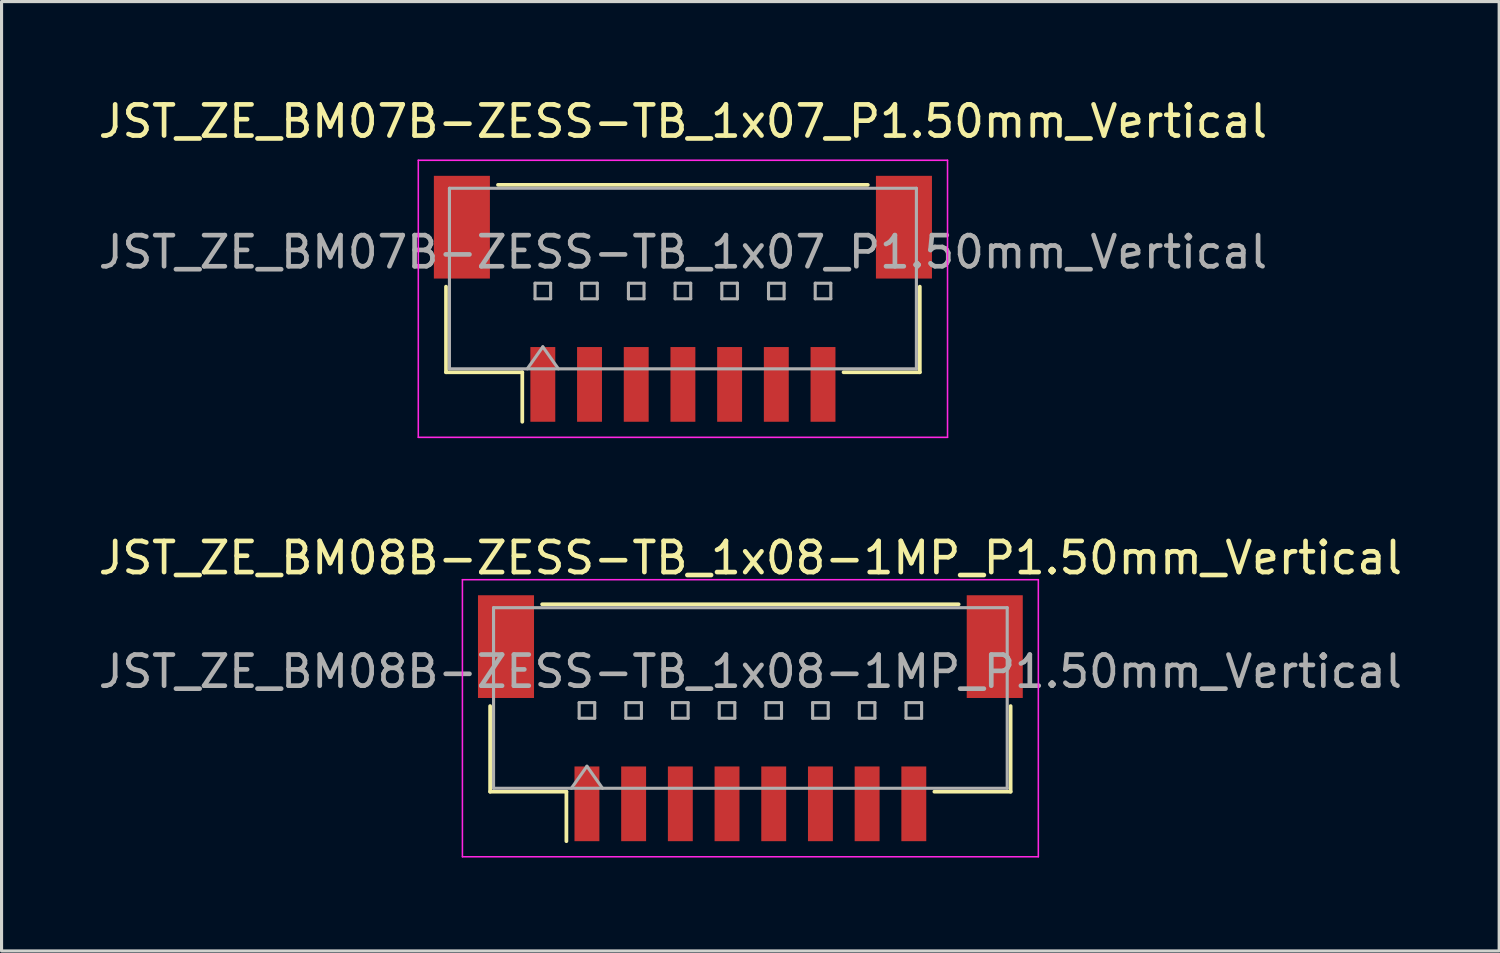
<source format=kicad_pcb>
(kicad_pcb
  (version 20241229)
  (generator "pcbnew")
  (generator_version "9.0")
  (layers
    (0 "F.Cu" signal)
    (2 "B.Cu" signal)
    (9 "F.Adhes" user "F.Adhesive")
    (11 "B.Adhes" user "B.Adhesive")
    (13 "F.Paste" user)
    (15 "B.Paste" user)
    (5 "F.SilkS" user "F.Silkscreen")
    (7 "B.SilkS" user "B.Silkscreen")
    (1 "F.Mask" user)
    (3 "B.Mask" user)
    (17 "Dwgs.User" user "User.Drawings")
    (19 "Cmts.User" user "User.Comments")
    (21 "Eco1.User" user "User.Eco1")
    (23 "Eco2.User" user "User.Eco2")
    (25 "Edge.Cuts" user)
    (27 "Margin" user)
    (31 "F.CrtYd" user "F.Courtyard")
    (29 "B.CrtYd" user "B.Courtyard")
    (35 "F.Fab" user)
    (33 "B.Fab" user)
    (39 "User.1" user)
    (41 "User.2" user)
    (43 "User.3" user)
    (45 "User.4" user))
  (footprint "JST_ZE_BM07B-ZESS-TB_1x07_P1.50mm_Vertical"
    (layer "F.Cu")
    (at 18.887 6.548)
    (property "Reference" "JST_ZE_BM07B-ZESS-TB_1x07_P1.50mm_Vertical" (at 0 -5.7 0) (layer "F.SilkS") (effects (font (size 1 1) (thickness 0.15))))
    (attr smd)
    (fp_line (start -7.61 -0.39) (end -7.61 2.36) (stroke (width 0.12) (type solid)) (layer "F.SilkS"))
    (fp_line (start -7.61 2.36) (end -5.16 2.36) (stroke (width 0.12) (type solid)) (layer "F.SilkS"))
    (fp_line (start -5.94 -3.66) (end 5.94 -3.66) (stroke (width 0.12) (type solid)) (layer "F.SilkS"))
    (fp_line (start -5.16 2.36) (end -5.16 3.95) (stroke (width 0.12) (type solid)) (layer "F.SilkS"))
    (fp_line (start 7.61 -0.39) (end 7.61 2.36) (stroke (width 0.12) (type solid)) (layer "F.SilkS"))
    (fp_line (start 7.61 2.36) (end 5.16 2.36) (stroke (width 0.12) (type solid)) (layer "F.SilkS"))
    (fp_line (start -8.5 -4.45) (end -8.5 4.45) (stroke (width 0.05) (type solid)) (layer "F.CrtYd"))
    (fp_line (start -8.5 4.45) (end 8.5 4.45) (stroke (width 0.05) (type solid)) (layer "F.CrtYd"))
    (fp_line (start 8.5 -4.45) (end -8.5 -4.45) (stroke (width 0.05) (type solid)) (layer "F.CrtYd"))
    (fp_line (start 8.5 4.45) (end 8.5 -4.45) (stroke (width 0.05) (type solid)) (layer "F.CrtYd"))
    (fp_line (start -7.5 -3.55) (end 7.5 -3.55) (stroke (width 0.1) (type solid)) (layer "F.Fab"))
    (fp_line (start -7.5 2.25) (end -7.5 -3.55) (stroke (width 0.1) (type solid)) (layer "F.Fab"))
    (fp_line (start -7.5 2.25) (end 7.5 2.25) (stroke (width 0.1) (type solid)) (layer "F.Fab"))
    (fp_line (start -5 2.25) (end -4.5 1.543) (stroke (width 0.1) (type solid)) (layer "F.Fab"))
    (fp_line (start -4.75 -0.5) (end -4.75 0) (stroke (width 0.1) (type solid)) (layer "F.Fab"))
    (fp_line (start -4.75 0) (end -4.25 0) (stroke (width 0.1) (type solid)) (layer "F.Fab"))
    (fp_line (start -4.5 1.543) (end -4 2.25) (stroke (width 0.1) (type solid)) (layer "F.Fab"))
    (fp_line (start -4.25 -0.5) (end -4.75 -0.5) (stroke (width 0.1) (type solid)) (layer "F.Fab"))
    (fp_line (start -4.25 0) (end -4.25 -0.5) (stroke (width 0.1) (type solid)) (layer "F.Fab"))
    (fp_line (start -3.25 -0.5) (end -3.25 0) (stroke (width 0.1) (type solid)) (layer "F.Fab"))
    (fp_line (start -3.25 0) (end -2.75 0) (stroke (width 0.1) (type solid)) (layer "F.Fab"))
    (fp_line (start -2.75 -0.5) (end -3.25 -0.5) (stroke (width 0.1) (type solid)) (layer "F.Fab"))
    (fp_line (start -2.75 0) (end -2.75 -0.5) (stroke (width 0.1) (type solid)) (layer "F.Fab"))
    (fp_line (start -1.75 -0.5) (end -1.75 0) (stroke (width 0.1) (type solid)) (layer "F.Fab"))
    (fp_line (start -1.75 0) (end -1.25 0) (stroke (width 0.1) (type solid)) (layer "F.Fab"))
    (fp_line (start -1.25 -0.5) (end -1.75 -0.5) (stroke (width 0.1) (type solid)) (layer "F.Fab"))
    (fp_line (start -1.25 0) (end -1.25 -0.5) (stroke (width 0.1) (type solid)) (layer "F.Fab"))
    (fp_line (start -0.25 -0.5) (end -0.25 0) (stroke (width 0.1) (type solid)) (layer "F.Fab"))
    (fp_line (start -0.25 0) (end 0.25 0) (stroke (width 0.1) (type solid)) (layer "F.Fab"))
    (fp_line (start 0.25 -0.5) (end -0.25 -0.5) (stroke (width 0.1) (type solid)) (layer "F.Fab"))
    (fp_line (start 0.25 0) (end 0.25 -0.5) (stroke (width 0.1) (type solid)) (layer "F.Fab"))
    (fp_line (start 1.25 -0.5) (end 1.25 0) (stroke (width 0.1) (type solid)) (layer "F.Fab"))
    (fp_line (start 1.25 0) (end 1.75 0) (stroke (width 0.1) (type solid)) (layer "F.Fab"))
    (fp_line (start 1.75 -0.5) (end 1.25 -0.5) (stroke (width 0.1) (type solid)) (layer "F.Fab"))
    (fp_line (start 1.75 0) (end 1.75 -0.5) (stroke (width 0.1) (type solid)) (layer "F.Fab"))
    (fp_line (start 2.75 -0.5) (end 2.75 0) (stroke (width 0.1) (type solid)) (layer "F.Fab"))
    (fp_line (start 2.75 0) (end 3.25 0) (stroke (width 0.1) (type solid)) (layer "F.Fab"))
    (fp_line (start 3.25 -0.5) (end 2.75 -0.5) (stroke (width 0.1) (type solid)) (layer "F.Fab"))
    (fp_line (start 3.25 0) (end 3.25 -0.5) (stroke (width 0.1) (type solid)) (layer "F.Fab"))
    (fp_line (start 4.25 -0.5) (end 4.25 0) (stroke (width 0.1) (type solid)) (layer "F.Fab"))
    (fp_line (start 4.25 0) (end 4.75 0) (stroke (width 0.1) (type solid)) (layer "F.Fab"))
    (fp_line (start 4.75 -0.5) (end 4.25 -0.5) (stroke (width 0.1) (type solid)) (layer "F.Fab"))
    (fp_line (start 4.75 0) (end 4.75 -0.5) (stroke (width 0.1) (type solid)) (layer "F.Fab"))
    (fp_line (start 7.5 2.25) (end 7.5 -3.55) (stroke (width 0.1) (type solid)) (layer "F.Fab"))
    (fp_text user "${REFERENCE}" (at 0 -1.5 0) (layer "F.Fab") (effects (font (size 1 1) (thickness 0.15))))
    (pad "" smd rect (at -7.1 -2.3) (size 1.8 3.3) (layers "F.Cu" "F.Mask" "F.Paste"))
    (pad "" smd rect (at 7.1 -2.3) (size 1.8 3.3) (layers "F.Cu" "F.Mask" "F.Paste"))
    (pad "1" smd rect (at -4.5 2.75) (size 0.8 2.4) (layers "F.Cu" "F.Mask" "F.Paste"))
    (pad "2" smd rect (at -3 2.75) (size 0.8 2.4) (layers "F.Cu" "F.Mask" "F.Paste"))
    (pad "3" smd rect (at -1.5 2.75) (size 0.8 2.4) (layers "F.Cu" "F.Mask" "F.Paste"))
    (pad "4" smd rect (at 0 2.75) (size 0.8 2.4) (layers "F.Cu" "F.Mask" "F.Paste"))
    (pad "5" smd rect (at 1.5 2.75) (size 0.8 2.4) (layers "F.Cu" "F.Mask" "F.Paste"))
    (pad "6" smd rect (at 3 2.75) (size 0.8 2.4) (layers "F.Cu" "F.Mask" "F.Paste"))
    (pad "7" smd rect (at 4.5 2.75) (size 0.8 2.4) (layers "F.Cu" "F.Mask" "F.Paste")))
  (footprint "JST_ZE_BM08B-ZESS-TB_1x08-1MP_P1.50mm_Vertical"
    (layer "F.Cu")
    (at 21.054 20.021)
    (property "Reference" "JST_ZE_BM08B-ZESS-TB_1x08-1MP_P1.50mm_Vertical" (at 0 -5.15 0) (layer "F.SilkS") (effects (font (size 1 1) (thickness 0.15))))
    (attr smd)
    (fp_line (start -8.36 -0.39) (end -8.36 2.36) (stroke (width 0.12) (type solid)) (layer "F.SilkS"))
    (fp_line (start -8.36 2.36) (end -5.91 2.36) (stroke (width 0.12) (type solid)) (layer "F.SilkS"))
    (fp_line (start -6.69 -3.66) (end 6.69 -3.66) (stroke (width 0.12) (type solid)) (layer "F.SilkS"))
    (fp_line (start -5.91 2.36) (end -5.91 3.95) (stroke (width 0.12) (type solid)) (layer "F.SilkS"))
    (fp_line (start 8.36 -0.39) (end 8.36 2.36) (stroke (width 0.12) (type solid)) (layer "F.SilkS"))
    (fp_line (start 8.36 2.36) (end 5.91 2.36) (stroke (width 0.12) (type solid)) (layer "F.SilkS"))
    (fp_line (start -9.25 -4.45) (end -9.25 4.45) (stroke (width 0.05) (type solid)) (layer "F.CrtYd"))
    (fp_line (start -9.25 4.45) (end 9.25 4.45) (stroke (width 0.05) (type solid)) (layer "F.CrtYd"))
    (fp_line (start 9.25 -4.45) (end -9.25 -4.45) (stroke (width 0.05) (type solid)) (layer "F.CrtYd"))
    (fp_line (start 9.25 4.45) (end 9.25 -4.45) (stroke (width 0.05) (type solid)) (layer "F.CrtYd"))
    (fp_line (start -8.25 -3.55) (end 8.25 -3.55) (stroke (width 0.1) (type solid)) (layer "F.Fab"))
    (fp_line (start -8.25 2.25) (end -8.25 -3.55) (stroke (width 0.1) (type solid)) (layer "F.Fab"))
    (fp_line (start -8.25 2.25) (end 8.25 2.25) (stroke (width 0.1) (type solid)) (layer "F.Fab"))
    (fp_line (start -5.75 2.25) (end -5.25 1.543) (stroke (width 0.1) (type solid)) (layer "F.Fab"))
    (fp_line (start -5.5 -0.5) (end -5.5 0) (stroke (width 0.1) (type solid)) (layer "F.Fab"))
    (fp_line (start -5.5 0) (end -5 0) (stroke (width 0.1) (type solid)) (layer "F.Fab"))
    (fp_line (start -5.25 1.543) (end -4.75 2.25) (stroke (width 0.1) (type solid)) (layer "F.Fab"))
    (fp_line (start -5 -0.5) (end -5.5 -0.5) (stroke (width 0.1) (type solid)) (layer "F.Fab"))
    (fp_line (start -5 0) (end -5 -0.5) (stroke (width 0.1) (type solid)) (layer "F.Fab"))
    (fp_line (start -4 -0.5) (end -4 0) (stroke (width 0.1) (type solid)) (layer "F.Fab"))
    (fp_line (start -4 0) (end -3.5 0) (stroke (width 0.1) (type solid)) (layer "F.Fab"))
    (fp_line (start -3.5 -0.5) (end -4 -0.5) (stroke (width 0.1) (type solid)) (layer "F.Fab"))
    (fp_line (start -3.5 0) (end -3.5 -0.5) (stroke (width 0.1) (type solid)) (layer "F.Fab"))
    (fp_line (start -2.5 -0.5) (end -2.5 0) (stroke (width 0.1) (type solid)) (layer "F.Fab"))
    (fp_line (start -2.5 0) (end -2 0) (stroke (width 0.1) (type solid)) (layer "F.Fab"))
    (fp_line (start -2 -0.5) (end -2.5 -0.5) (stroke (width 0.1) (type solid)) (layer "F.Fab"))
    (fp_line (start -2 0) (end -2 -0.5) (stroke (width 0.1) (type solid)) (layer "F.Fab"))
    (fp_line (start -1 -0.5) (end -1 0) (stroke (width 0.1) (type solid)) (layer "F.Fab"))
    (fp_line (start -1 0) (end -0.5 0) (stroke (width 0.1) (type solid)) (layer "F.Fab"))
    (fp_line (start -0.5 -0.5) (end -1 -0.5) (stroke (width 0.1) (type solid)) (layer "F.Fab"))
    (fp_line (start -0.5 0) (end -0.5 -0.5) (stroke (width 0.1) (type solid)) (layer "F.Fab"))
    (fp_line (start 0.5 -0.5) (end 0.5 0) (stroke (width 0.1) (type solid)) (layer "F.Fab"))
    (fp_line (start 0.5 0) (end 1 0) (stroke (width 0.1) (type solid)) (layer "F.Fab"))
    (fp_line (start 1 -0.5) (end 0.5 -0.5) (stroke (width 0.1) (type solid)) (layer "F.Fab"))
    (fp_line (start 1 0) (end 1 -0.5) (stroke (width 0.1) (type solid)) (layer "F.Fab"))
    (fp_line (start 2 -0.5) (end 2 0) (stroke (width 0.1) (type solid)) (layer "F.Fab"))
    (fp_line (start 2 0) (end 2.5 0) (stroke (width 0.1) (type solid)) (layer "F.Fab"))
    (fp_line (start 2.5 -0.5) (end 2 -0.5) (stroke (width 0.1) (type solid)) (layer "F.Fab"))
    (fp_line (start 2.5 0) (end 2.5 -0.5) (stroke (width 0.1) (type solid)) (layer "F.Fab"))
    (fp_line (start 3.5 -0.5) (end 3.5 0) (stroke (width 0.1) (type solid)) (layer "F.Fab"))
    (fp_line (start 3.5 0) (end 4 0) (stroke (width 0.1) (type solid)) (layer "F.Fab"))
    (fp_line (start 4 -0.5) (end 3.5 -0.5) (stroke (width 0.1) (type solid)) (layer "F.Fab"))
    (fp_line (start 4 0) (end 4 -0.5) (stroke (width 0.1) (type solid)) (layer "F.Fab"))
    (fp_line (start 5 -0.5) (end 5 0) (stroke (width 0.1) (type solid)) (layer "F.Fab"))
    (fp_line (start 5 0) (end 5.5 0) (stroke (width 0.1) (type solid)) (layer "F.Fab"))
    (fp_line (start 5.5 -0.5) (end 5 -0.5) (stroke (width 0.1) (type solid)) (layer "F.Fab"))
    (fp_line (start 5.5 0) (end 5.5 -0.5) (stroke (width 0.1) (type solid)) (layer "F.Fab"))
    (fp_line (start 8.25 2.25) (end 8.25 -3.55) (stroke (width 0.1) (type solid)) (layer "F.Fab"))
    (fp_text user "${REFERENCE}" (at 0 -1.5 0) (layer "F.Fab") (effects (font (size 1 1) (thickness 0.15))))
    (pad "1" smd rect (at -5.25 2.75) (size 0.8 2.4) (layers "F.Cu" "F.Mask" "F.Paste"))
    (pad "2" smd rect (at -3.75 2.75) (size 0.8 2.4) (layers "F.Cu" "F.Mask" "F.Paste"))
    (pad "3" smd rect (at -2.25 2.75) (size 0.8 2.4) (layers "F.Cu" "F.Mask" "F.Paste"))
    (pad "4" smd rect (at -0.75 2.75) (size 0.8 2.4) (layers "F.Cu" "F.Mask" "F.Paste"))
    (pad "5" smd rect (at 0.75 2.75) (size 0.8 2.4) (layers "F.Cu" "F.Mask" "F.Paste"))
    (pad "6" smd rect (at 2.25 2.75) (size 0.8 2.4) (layers "F.Cu" "F.Mask" "F.Paste"))
    (pad "7" smd rect (at 3.75 2.75) (size 0.8 2.4) (layers "F.Cu" "F.Mask" "F.Paste"))
    (pad "8" smd rect (at 5.25 2.75) (size 0.8 2.4) (layers "F.Cu" "F.Mask" "F.Paste"))
    (pad "MP" smd rect (at -7.85 -2.3) (size 1.8 3.3) (layers "F.Cu" "F.Mask" "F.Paste"))
    (pad "MP" smd rect (at 7.85 -2.3) (size 1.8 3.3) (layers "F.Cu" "F.Mask" "F.Paste")))
  (gr_rect
    (start -3 -3)
    (end 45.107 27.497)
    (stroke (width 0.1) (type default))
    (fill no)
    (layer "Edge.Cuts")))
</source>
